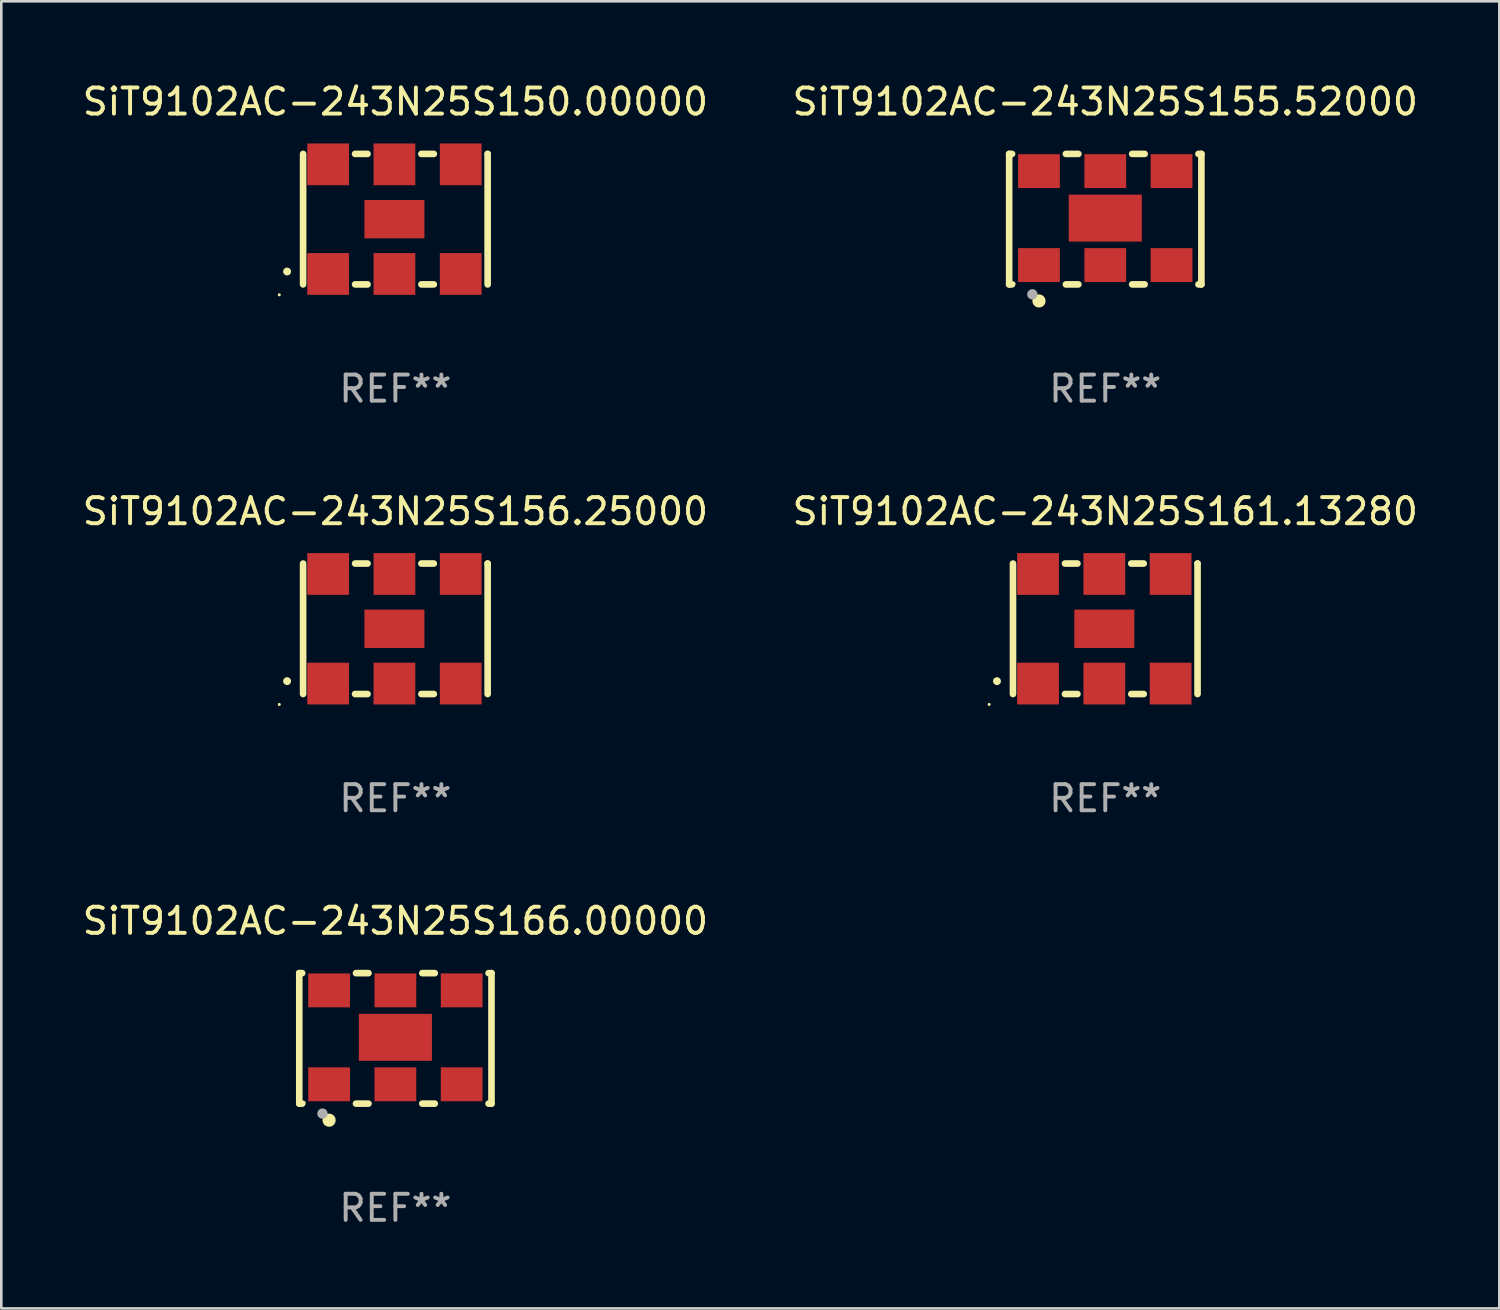
<source format=kicad_pcb>
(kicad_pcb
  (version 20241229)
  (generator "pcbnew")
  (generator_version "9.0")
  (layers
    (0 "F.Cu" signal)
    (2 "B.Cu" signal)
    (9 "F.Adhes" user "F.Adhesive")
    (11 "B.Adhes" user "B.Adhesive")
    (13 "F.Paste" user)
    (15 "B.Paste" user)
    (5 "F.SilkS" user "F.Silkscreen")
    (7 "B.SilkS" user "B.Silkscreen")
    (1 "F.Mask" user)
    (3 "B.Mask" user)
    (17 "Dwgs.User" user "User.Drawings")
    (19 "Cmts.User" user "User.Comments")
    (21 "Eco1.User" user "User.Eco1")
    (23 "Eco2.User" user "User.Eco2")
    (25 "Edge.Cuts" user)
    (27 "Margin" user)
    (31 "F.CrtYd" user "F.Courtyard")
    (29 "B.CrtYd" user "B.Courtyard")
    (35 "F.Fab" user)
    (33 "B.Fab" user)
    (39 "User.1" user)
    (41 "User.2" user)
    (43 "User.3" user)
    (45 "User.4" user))
  (footprint "SiT9102AC-243N25S156.25000"
    (layer "F.Cu")
    (at 12.101 21.045)
    (property "Reference" "SiT9102AC-243N25S156.25000" (at 0 -4.5 0) (layer "F.SilkS") (effects (font (size 1 1) (thickness 0.15))))
    (attr through_hole)
    (fp_line (start -3.536 -2.5) (end -3.536 2.5) (stroke (width 0.254) (type solid)) (layer "F.SilkS"))
    (fp_line (start -1.544 2.5) (end -1.067 2.5) (stroke (width 0.254) (type solid)) (layer "F.SilkS"))
    (fp_line (start -1.067 -2.5) (end -1.544 -2.5) (stroke (width 0.254) (type solid)) (layer "F.SilkS"))
    (fp_line (start 0.996 2.5) (end 1.473 2.5) (stroke (width 0.254) (type solid)) (layer "F.SilkS"))
    (fp_line (start 1.473 -2.5) (end 0.996 -2.5) (stroke (width 0.254) (type solid)) (layer "F.SilkS"))
    (fp_line (start 3.536 -2.5) (end 3.536 -2.5) (stroke (width 0.254) (type solid)) (layer "F.SilkS"))
    (fp_line (start 3.536 2.5) (end 3.536 -2.5) (stroke (width 0.254) (type solid)) (layer "F.SilkS"))
    (fp_arc (start -4.150432 2.006604) (mid -4.149162 2.006599) (end -4.147892 2.006604) (stroke (width 0.3) (type solid)) (layer "F.SilkS"))
    (fp_circle (center -4.449 2.9) (end -4.419 2.9) (stroke (width 0.06) (type solid)) (fill no) (layer "F.SilkS"))
    (fp_text user "REF**" (at 0 6.5 0) (layer "F.Fab") (effects (font (size 1 1) (thickness 0.15))))
    (pad "1" smd rect (at -2.576 2.1) (size 1.6 1.6) (layers "F.Cu" "F.Mask" "F.Paste"))
    (pad "2" smd rect (at -0.036 2.1) (size 1.6 1.6) (layers "F.Cu" "F.Mask" "F.Paste"))
    (pad "3" smd rect (at 2.504 2.1) (size 1.6 1.6) (layers "F.Cu" "F.Mask" "F.Paste"))
    (pad "4" smd rect (at 2.504 -2.1) (size 1.6 1.6) (layers "F.Cu" "F.Mask" "F.Paste"))
    (pad "5" smd rect (at -0.036 -2.1) (size 1.6 1.6) (layers "F.Cu" "F.Mask" "F.Paste"))
    (pad "6" smd rect (at -2.576 -2.1) (size 1.6 1.6) (layers "F.Cu" "F.Mask" "F.Paste"))
    (pad "7" smd rect (at -0.036 0) (size 2.3 1.47) (layers "F.Cu" "F.Mask" "F.Paste")))
  (footprint "SiT9102AC-243N25S161.13280"
    (layer "F.Cu")
    (at 39.304 21.045)
    (property "Reference" "SiT9102AC-243N25S161.13280" (at 0 -4.5 0) (layer "F.SilkS") (effects (font (size 1 1) (thickness 0.15))))
    (attr through_hole)
    (fp_line (start -3.536 -2.5) (end -3.536 2.5) (stroke (width 0.254) (type solid)) (layer "F.SilkS"))
    (fp_line (start -1.544 2.5) (end -1.067 2.5) (stroke (width 0.254) (type solid)) (layer "F.SilkS"))
    (fp_line (start -1.067 -2.5) (end -1.544 -2.5) (stroke (width 0.254) (type solid)) (layer "F.SilkS"))
    (fp_line (start 0.996 2.5) (end 1.473 2.5) (stroke (width 0.254) (type solid)) (layer "F.SilkS"))
    (fp_line (start 1.473 -2.5) (end 0.996 -2.5) (stroke (width 0.254) (type solid)) (layer "F.SilkS"))
    (fp_line (start 3.536 -2.5) (end 3.536 -2.5) (stroke (width 0.254) (type solid)) (layer "F.SilkS"))
    (fp_line (start 3.536 2.5) (end 3.536 -2.5) (stroke (width 0.254) (type solid)) (layer "F.SilkS"))
    (fp_arc (start -4.150432 2.006604) (mid -4.149162 2.006599) (end -4.147892 2.006604) (stroke (width 0.3) (type solid)) (layer "F.SilkS"))
    (fp_circle (center -4.449 2.9) (end -4.419 2.9) (stroke (width 0.06) (type solid)) (fill no) (layer "F.SilkS"))
    (fp_text user "REF**" (at 0 6.5 0) (layer "F.Fab") (effects (font (size 1 1) (thickness 0.15))))
    (pad "1" smd rect (at -2.576 2.1) (size 1.6 1.6) (layers "F.Cu" "F.Mask" "F.Paste"))
    (pad "2" smd rect (at -0.036 2.1) (size 1.6 1.6) (layers "F.Cu" "F.Mask" "F.Paste"))
    (pad "3" smd rect (at 2.504 2.1) (size 1.6 1.6) (layers "F.Cu" "F.Mask" "F.Paste"))
    (pad "4" smd rect (at 2.504 -2.1) (size 1.6 1.6) (layers "F.Cu" "F.Mask" "F.Paste"))
    (pad "5" smd rect (at -0.036 -2.1) (size 1.6 1.6) (layers "F.Cu" "F.Mask" "F.Paste"))
    (pad "6" smd rect (at -2.576 -2.1) (size 1.6 1.6) (layers "F.Cu" "F.Mask" "F.Paste"))
    (pad "7" smd rect (at -0.036 0) (size 2.3 1.47) (layers "F.Cu" "F.Mask" "F.Paste")))
  (footprint "SiT9102AC-243N25S150.00000"
    (layer "F.Cu")
    (at 12.101 5.348)
    (property "Reference" "SiT9102AC-243N25S150.00000" (at 0 -4.5 0) (layer "F.SilkS") (effects (font (size 1 1) (thickness 0.15))))
    (attr through_hole)
    (fp_line (start -3.536 -2.5) (end -3.536 2.5) (stroke (width 0.254) (type solid)) (layer "F.SilkS"))
    (fp_line (start -1.544 2.5) (end -1.067 2.5) (stroke (width 0.254) (type solid)) (layer "F.SilkS"))
    (fp_line (start -1.067 -2.5) (end -1.544 -2.5) (stroke (width 0.254) (type solid)) (layer "F.SilkS"))
    (fp_line (start 0.996 2.5) (end 1.473 2.5) (stroke (width 0.254) (type solid)) (layer "F.SilkS"))
    (fp_line (start 1.473 -2.5) (end 0.996 -2.5) (stroke (width 0.254) (type solid)) (layer "F.SilkS"))
    (fp_line (start 3.536 -2.5) (end 3.536 -2.5) (stroke (width 0.254) (type solid)) (layer "F.SilkS"))
    (fp_line (start 3.536 2.5) (end 3.536 -2.5) (stroke (width 0.254) (type solid)) (layer "F.SilkS"))
    (fp_arc (start -4.150432 2.006604) (mid -4.149162 2.006599) (end -4.147892 2.006604) (stroke (width 0.3) (type solid)) (layer "F.SilkS"))
    (fp_circle (center -4.449 2.9) (end -4.419 2.9) (stroke (width 0.06) (type solid)) (fill no) (layer "F.SilkS"))
    (fp_text user "REF**" (at 0 6.5 0) (layer "F.Fab") (effects (font (size 1 1) (thickness 0.15))))
    (pad "1" smd rect (at -2.576 2.1) (size 1.6 1.6) (layers "F.Cu" "F.Mask" "F.Paste"))
    (pad "2" smd rect (at -0.036 2.1) (size 1.6 1.6) (layers "F.Cu" "F.Mask" "F.Paste"))
    (pad "3" smd rect (at 2.504 2.1) (size 1.6 1.6) (layers "F.Cu" "F.Mask" "F.Paste"))
    (pad "4" smd rect (at 2.504 -2.1) (size 1.6 1.6) (layers "F.Cu" "F.Mask" "F.Paste"))
    (pad "5" smd rect (at -0.036 -2.1) (size 1.6 1.6) (layers "F.Cu" "F.Mask" "F.Paste"))
    (pad "6" smd rect (at -2.576 -2.1) (size 1.6 1.6) (layers "F.Cu" "F.Mask" "F.Paste"))
    (pad "7" smd rect (at -0.036 0) (size 2.3 1.47) (layers "F.Cu" "F.Mask" "F.Paste")))
  (footprint "SiT9102AC-243N25S166.00000"
    (layer "F.Cu")
    (at 12.101 36.741)
    (property "Reference" "SiT9102AC-243N25S166.00000" (at 0 -4.5 0) (layer "F.SilkS") (effects (font (size 1 1) (thickness 0.15))))
    (attr through_hole)
    (fp_line (start -3.683 -2.5) (end -3.571 -2.5) (stroke (width 0.254) (type solid)) (layer "F.SilkS"))
    (fp_line (start -3.683 2.5) (end -3.683 -2.5) (stroke (width 0.254) (type solid)) (layer "F.SilkS"))
    (fp_line (start -3.683 2.5) (end -3.571 2.5) (stroke (width 0.254) (type solid)) (layer "F.SilkS"))
    (fp_line (start -1.509 -2.5) (end -1.031 -2.5) (stroke (width 0.254) (type solid)) (layer "F.SilkS"))
    (fp_line (start -1.509 2.5) (end -1.031 2.5) (stroke (width 0.254) (type solid)) (layer "F.SilkS"))
    (fp_line (start 1.031 -2.5) (end 1.509 -2.5) (stroke (width 0.254) (type solid)) (layer "F.SilkS"))
    (fp_line (start 1.031 2.5) (end 1.509 2.5) (stroke (width 0.254) (type solid)) (layer "F.SilkS"))
    (fp_line (start 3.571 -2.5) (end 3.683 -2.5) (stroke (width 0.254) (type solid)) (layer "F.SilkS"))
    (fp_line (start 3.571 2.5) (end 3.683 2.5) (stroke (width 0.254) (type solid)) (layer "F.SilkS"))
    (fp_line (start 3.683 2.5) (end 3.683 -2.5) (stroke (width 0.254) (type solid)) (layer "F.SilkS"))
    (fp_circle (center -3.5 2.46) (end -3.47 2.46) (stroke (width 0.06) (type solid)) (fill no) (layer "F.SilkS"))
    (fp_circle (center -2.54 3.135) (end -2.413 3.135) (stroke (width 0.254) (type solid)) (fill no) (layer "F.SilkS"))
    (fp_circle (center -2.794 2.881) (end -2.694 2.881) (stroke (width 0.2) (type solid)) (fill no) (layer "F.Fab"))
    (fp_text user "REF**" (at 0 6.5 0) (layer "F.Fab") (effects (font (size 1 1) (thickness 0.15))))
    (pad "1" smd rect (at -2.54 1.76) (size 1.6 1.3) (layers "F.Cu" "F.Mask" "F.Paste"))
    (pad "2" smd rect (at 0 1.76) (size 1.6 1.3) (layers "F.Cu" "F.Mask" "F.Paste"))
    (pad "3" smd rect (at 2.54 1.76) (size 1.6 1.3) (layers "F.Cu" "F.Mask" "F.Paste"))
    (pad "4" smd rect (at 2.54 -1.84) (size 1.6 1.3) (layers "F.Cu" "F.Mask" "F.Paste"))
    (pad "5" smd rect (at 0 -1.84) (size 1.6 1.3) (layers "F.Cu" "F.Mask" "F.Paste"))
    (pad "6" smd rect (at -2.54 -1.84) (size 1.6 1.3) (layers "F.Cu" "F.Mask" "F.Paste"))
    (pad "7" smd rect (at 0 -0.04) (size 2.8 1.8) (layers "F.Cu" "F.Mask" "F.Paste")))
  (footprint "SiT9102AC-243N25S155.52000"
    (layer "F.Cu")
    (at 39.304 5.348)
    (property "Reference" "SiT9102AC-243N25S155.52000" (at 0 -4.5 0) (layer "F.SilkS") (effects (font (size 1 1) (thickness 0.15))))
    (attr through_hole)
    (fp_line (start -3.683 -2.5) (end -3.571 -2.5) (stroke (width 0.254) (type solid)) (layer "F.SilkS"))
    (fp_line (start -3.683 2.5) (end -3.683 -2.5) (stroke (width 0.254) (type solid)) (layer "F.SilkS"))
    (fp_line (start -3.683 2.5) (end -3.571 2.5) (stroke (width 0.254) (type solid)) (layer "F.SilkS"))
    (fp_line (start -1.509 -2.5) (end -1.031 -2.5) (stroke (width 0.254) (type solid)) (layer "F.SilkS"))
    (fp_line (start -1.509 2.5) (end -1.031 2.5) (stroke (width 0.254) (type solid)) (layer "F.SilkS"))
    (fp_line (start 1.031 -2.5) (end 1.509 -2.5) (stroke (width 0.254) (type solid)) (layer "F.SilkS"))
    (fp_line (start 1.031 2.5) (end 1.509 2.5) (stroke (width 0.254) (type solid)) (layer "F.SilkS"))
    (fp_line (start 3.571 -2.5) (end 3.683 -2.5) (stroke (width 0.254) (type solid)) (layer "F.SilkS"))
    (fp_line (start 3.571 2.5) (end 3.683 2.5) (stroke (width 0.254) (type solid)) (layer "F.SilkS"))
    (fp_line (start 3.683 2.5) (end 3.683 -2.5) (stroke (width 0.254) (type solid)) (layer "F.SilkS"))
    (fp_circle (center -3.5 2.46) (end -3.47 2.46) (stroke (width 0.06) (type solid)) (fill no) (layer "F.SilkS"))
    (fp_circle (center -2.54 3.135) (end -2.413 3.135) (stroke (width 0.254) (type solid)) (fill no) (layer "F.SilkS"))
    (fp_circle (center -2.794 2.881) (end -2.694 2.881) (stroke (width 0.2) (type solid)) (fill no) (layer "F.Fab"))
    (fp_text user "REF**" (at 0 6.5 0) (layer "F.Fab") (effects (font (size 1 1) (thickness 0.15))))
    (pad "1" smd rect (at -2.54 1.76) (size 1.6 1.3) (layers "F.Cu" "F.Mask" "F.Paste"))
    (pad "2" smd rect (at 0 1.76) (size 1.6 1.3) (layers "F.Cu" "F.Mask" "F.Paste"))
    (pad "3" smd rect (at 2.54 1.76) (size 1.6 1.3) (layers "F.Cu" "F.Mask" "F.Paste"))
    (pad "4" smd rect (at 2.54 -1.84) (size 1.6 1.3) (layers "F.Cu" "F.Mask" "F.Paste"))
    (pad "5" smd rect (at 0 -1.84) (size 1.6 1.3) (layers "F.Cu" "F.Mask" "F.Paste"))
    (pad "6" smd rect (at -2.54 -1.84) (size 1.6 1.3) (layers "F.Cu" "F.Mask" "F.Paste"))
    (pad "7" smd rect (at 0 -0.04) (size 2.8 1.8) (layers "F.Cu" "F.Mask" "F.Paste")))
  (gr_rect
    (start -3 -3)
    (end 54.405 47.09)
    (stroke (width 0.1) (type default))
    (fill no)
    (layer "Edge.Cuts")))
</source>
